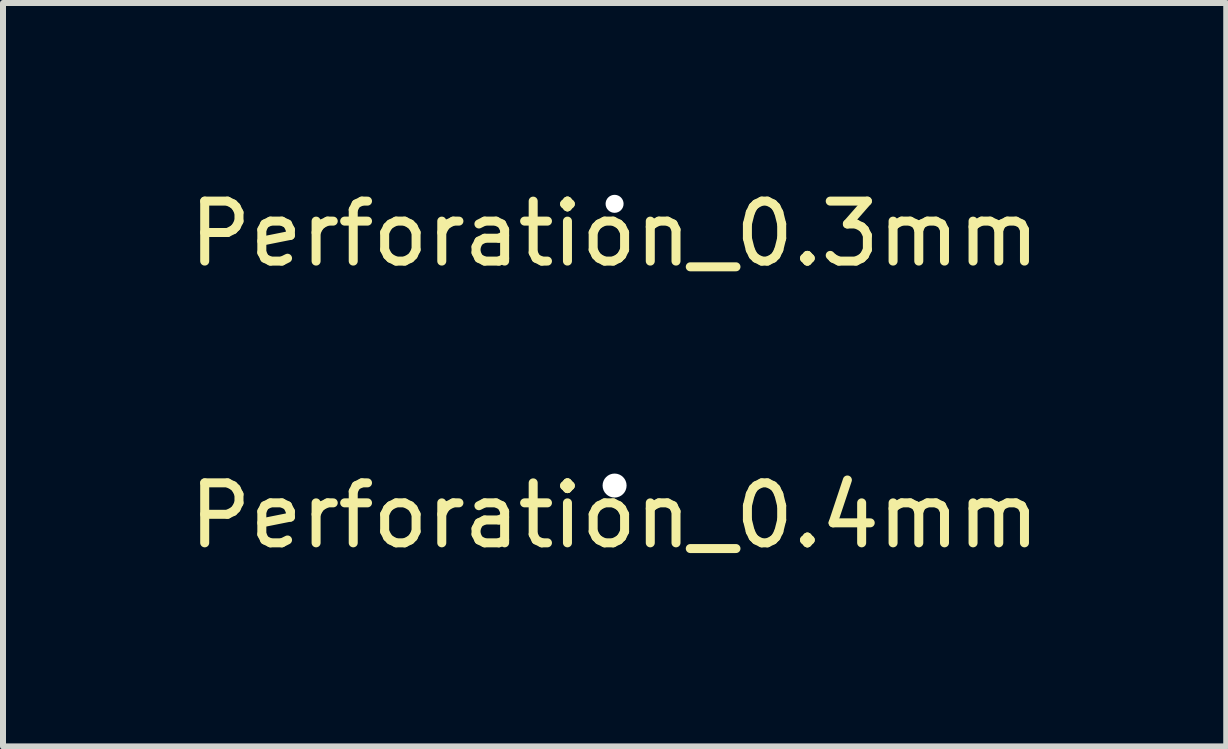
<source format=kicad_pcb>
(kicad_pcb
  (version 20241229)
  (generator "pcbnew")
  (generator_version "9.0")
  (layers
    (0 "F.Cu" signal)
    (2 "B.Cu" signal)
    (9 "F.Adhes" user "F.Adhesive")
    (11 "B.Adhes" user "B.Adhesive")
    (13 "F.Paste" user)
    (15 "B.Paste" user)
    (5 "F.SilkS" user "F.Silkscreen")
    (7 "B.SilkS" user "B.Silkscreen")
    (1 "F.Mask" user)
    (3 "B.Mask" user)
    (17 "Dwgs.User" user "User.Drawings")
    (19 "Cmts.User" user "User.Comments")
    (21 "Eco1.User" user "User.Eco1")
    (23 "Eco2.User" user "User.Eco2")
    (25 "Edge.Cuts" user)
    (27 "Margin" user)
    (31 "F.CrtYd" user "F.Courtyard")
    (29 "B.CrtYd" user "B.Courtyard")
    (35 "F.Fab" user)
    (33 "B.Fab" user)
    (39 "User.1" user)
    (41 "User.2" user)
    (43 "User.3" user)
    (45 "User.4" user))
  (footprint "Perforation_0.3mm"
    (layer "F.Cu")
    (at 7.196 0.348)
    (property "Reference" "Perforation_0.3mm" (at 0 0.5 0) (layer "F.SilkS") (effects (font (size 1 1) (thickness 0.15))))
    (attr through_hole)
    (pad "" np_thru_hole circle (at 0 0) (size 0.3 0.3) (drill 0.3) (layers "*.Cu" "*.Mask")))
  (footprint "Perforation_0.4mm"
    (layer "F.Cu")
    (at 7.196 5.045)
    (property "Reference" "Perforation_0.4mm" (at 0 0.5 0) (layer "F.SilkS") (effects (font (size 1 1) (thickness 0.15))))
    (attr through_hole)
    (pad "" np_thru_hole circle (at 0 0) (size 0.4 0.4) (drill 0.4) (layers "*.Cu" "*.Mask")))
  (gr_rect
    (start -3 -3)
    (end 17.393 9.393)
    (stroke (width 0.1) (type default))
    (fill no)
    (layer "Edge.Cuts")))
</source>
